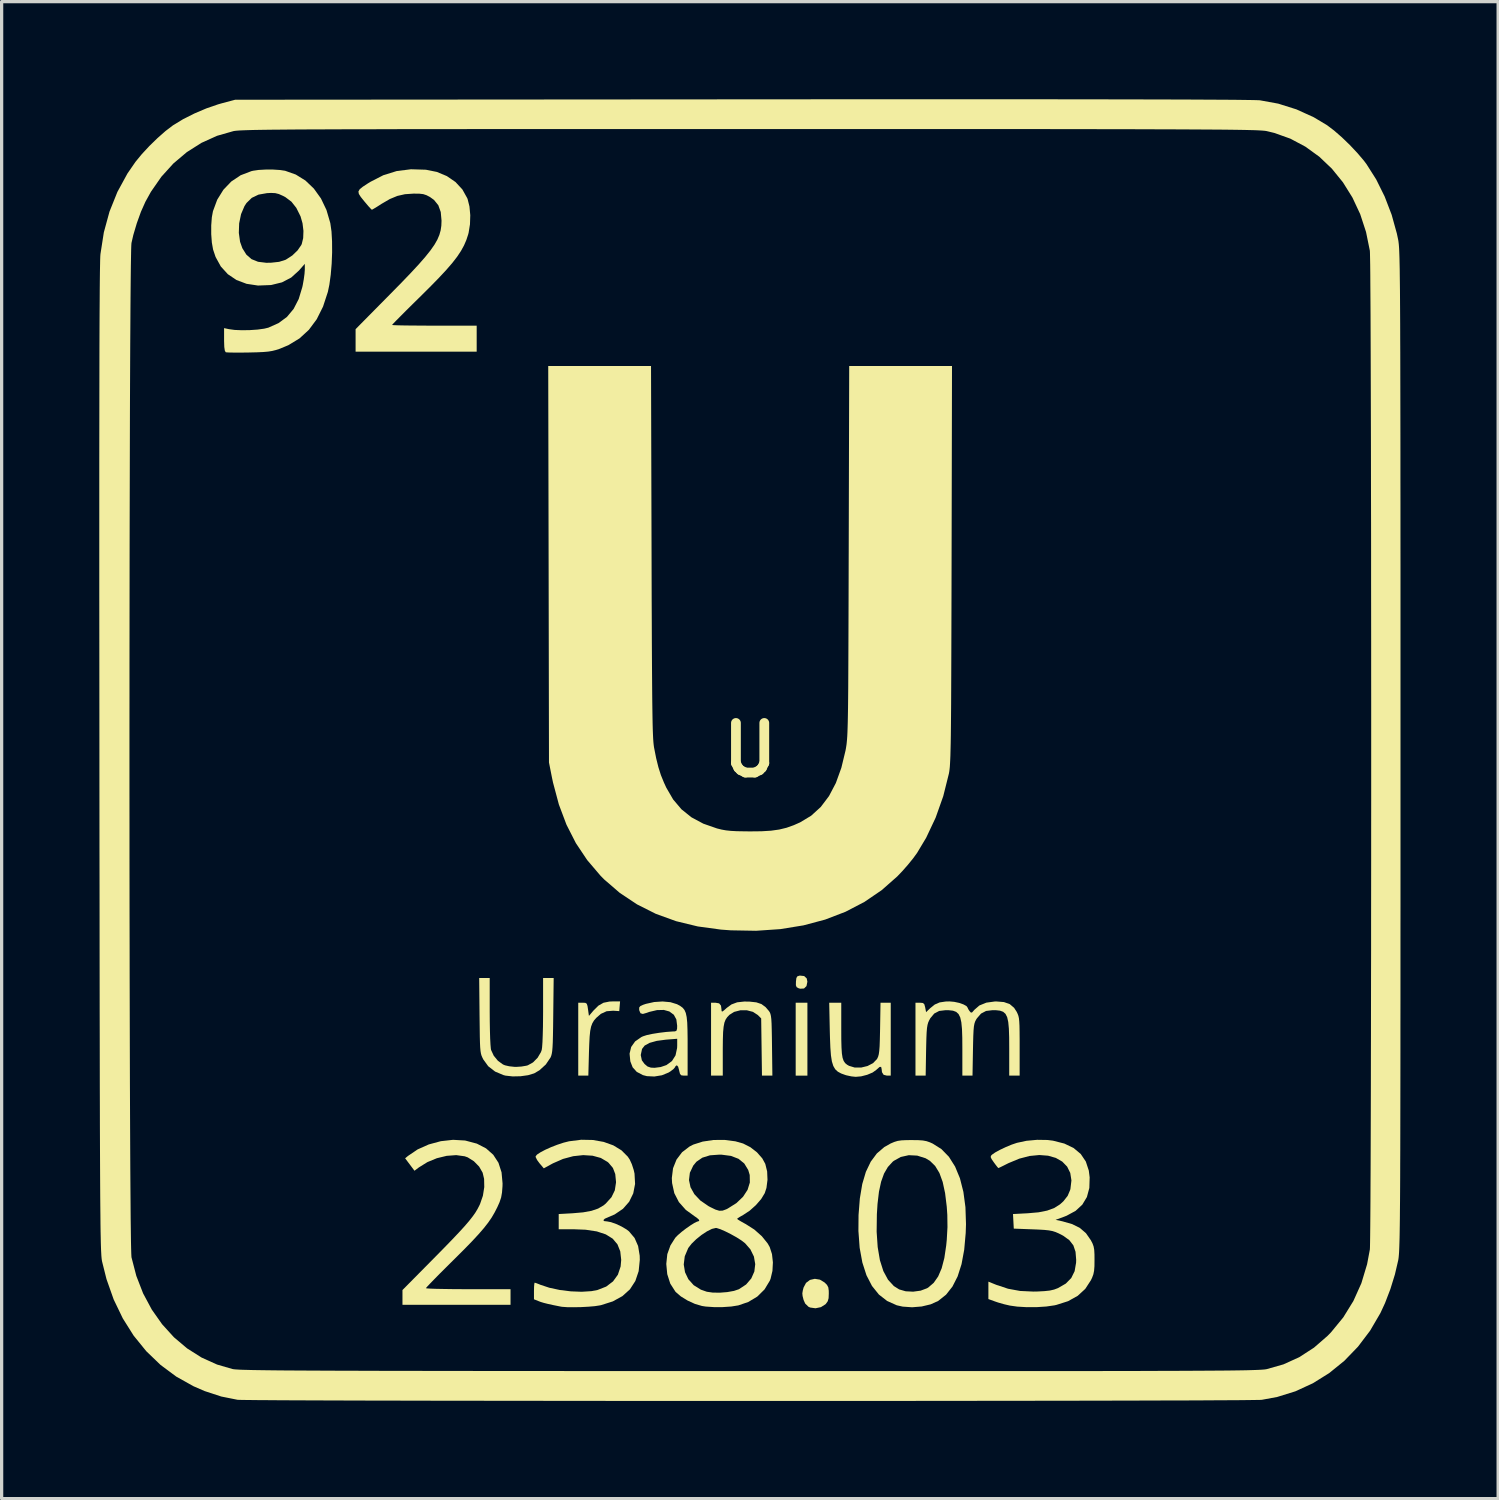
<source format=kicad_pcb>
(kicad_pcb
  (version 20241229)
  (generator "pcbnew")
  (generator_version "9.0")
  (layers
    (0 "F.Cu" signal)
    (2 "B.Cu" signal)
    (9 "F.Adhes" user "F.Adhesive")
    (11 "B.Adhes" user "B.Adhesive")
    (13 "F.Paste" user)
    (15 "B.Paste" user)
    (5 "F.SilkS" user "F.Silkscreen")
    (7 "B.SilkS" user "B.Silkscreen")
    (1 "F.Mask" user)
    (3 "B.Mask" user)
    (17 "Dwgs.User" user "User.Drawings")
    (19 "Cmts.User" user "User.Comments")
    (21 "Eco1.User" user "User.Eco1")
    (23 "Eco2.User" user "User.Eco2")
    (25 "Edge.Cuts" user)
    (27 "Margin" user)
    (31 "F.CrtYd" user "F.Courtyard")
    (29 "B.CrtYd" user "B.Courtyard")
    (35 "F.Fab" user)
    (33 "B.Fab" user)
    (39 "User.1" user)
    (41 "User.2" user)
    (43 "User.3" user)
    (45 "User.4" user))
  (footprint "U"
    (layer "F.Cu")
    (at 19.994 19.994)
    (property "Reference" "U" (at 0 0 0) (layer "F.SilkS") (effects (font (size 1.524 1.524) (thickness 0.3))))
    (attr through_hole)
    (fp_poly (pts (xy 1.76 10) (xy 1.4 10) (xy 1.4 7.76) (xy 1.76 7.76)) (stroke (width 0) (type solid)) (fill yes) (layer "F.SilkS"))
    (fp_poly (pts (xy 1.661 6.941) (xy 1.739 7.014) (xy 1.759 7.115) (xy 1.732 7.249) (xy 1.656 7.323) (xy 1.539 7.33) (xy 1.488 7.315) (xy 1.429 7.282) (xy 1.406 7.223) (xy 1.408 7.112) (xy 1.408 7.11) (xy 1.421 7.002) (xy 1.452 6.949) (xy 1.516 6.929) (xy 1.532 6.927)) (stroke (width 0) (type solid)) (fill yes) (layer "F.SilkS"))
    (fp_poly (pts (xy 2.145 16.268) (xy 2.288 16.355) (xy 2.363 16.431) (xy 2.402 16.506) (xy 2.416 16.61) (xy 2.417 16.696) (xy 2.411 16.838) (xy 2.384 16.932) (xy 2.329 17.009) (xy 2.315 17.024) (xy 2.176 17.112) (xy 2.009 17.147) (xy 1.845 17.124) (xy 1.792 17.1) (xy 1.691 17.001) (xy 1.642 16.89) (xy 1.612 16.771) (xy 1.604 16.688) (xy 1.619 16.598) (xy 1.642 16.51) (xy 1.718 16.367) (xy 1.839 16.276) (xy 1.988 16.242)) (stroke (width 0) (type solid)) (fill yes) (layer "F.SilkS"))
    (fp_poly (pts (xy -4.008 7.869) (xy -4.02 8.018) (xy -4.207 8.006) (xy -4.409 8.022) (xy -4.585 8.102) (xy -4.727 8.226) (xy -4.796 8.306) (xy -4.847 8.391) (xy -4.885 8.493) (xy -4.912 8.625) (xy -4.93 8.801) (xy -4.942 9.033) (xy -4.951 9.29) (xy -4.97 10) (xy -5.28 10) (xy -5.28 7.76) (xy -5.144 7.76) (xy -5.063 7.764) (xy -5.019 7.791) (xy -4.996 7.859) (xy -4.98 7.962) (xy -4.952 8.165) (xy -4.812 8.001) (xy -4.659 7.849) (xy -4.504 7.761) (xy -4.32 7.724) (xy -4.22 7.72) (xy -3.995 7.72)) (stroke (width 0) (type solid)) (fill yes) (layer "F.SilkS"))
    (fp_poly (pts (xy -0.019 7.726) (xy 0.191 7.749) (xy 0.347 7.801) (xy 0.473 7.893) (xy 0.578 8.015) (xy 0.604 8.055) (xy 0.624 8.103) (xy 0.639 8.168) (xy 0.651 8.263) (xy 0.659 8.398) (xy 0.664 8.582) (xy 0.669 8.828) (xy 0.672 9.063) (xy 0.684 10) (xy 0.364 10) (xy 0.34 8.242) (xy 0.236 8.138) (xy 0.087 8.041) (xy -0.101 7.992) (xy -0.302 7.993) (xy -0.491 8.042) (xy -0.635 8.132) (xy -0.702 8.202) (xy -0.753 8.278) (xy -0.79 8.373) (xy -0.814 8.498) (xy -0.83 8.665) (xy -0.837 8.887) (xy -0.84 9.174) (xy -0.84 9.239) (xy -0.84 10) (xy -1.2 10) (xy -1.2 7.76) (xy -1.064 7.76) (xy -0.952 7.78) (xy -0.895 7.849) (xy -0.88 7.963) (xy -0.876 8.02) (xy -0.854 8.032) (xy -0.801 7.994) (xy -0.723 7.923) (xy -0.573 7.813) (xy -0.399 7.748) (xy -0.181 7.724)) (stroke (width 0) (type solid)) (fill yes) (layer "F.SilkS"))
    (fp_poly (pts (xy 2.8 8.582) (xy 2.801 8.893) (xy 2.807 9.134) (xy 2.819 9.317) (xy 2.84 9.451) (xy 2.873 9.546) (xy 2.918 9.614) (xy 2.979 9.665) (xy 3.039 9.699) (xy 3.215 9.752) (xy 3.411 9.752) (xy 3.606 9.705) (xy 3.775 9.617) (xy 3.895 9.494) (xy 3.907 9.473) (xy 3.933 9.416) (xy 3.953 9.342) (xy 3.967 9.241) (xy 3.978 9.1) (xy 3.985 8.906) (xy 3.991 8.649) (xy 3.993 8.55) (xy 4.006 7.76) (xy 4.32 7.76) (xy 4.32 10) (xy 4.204 10) (xy 4.102 9.975) (xy 4.051 9.895) (xy 4.04 9.797) (xy 4.025 9.731) (xy 3.977 9.734) (xy 3.894 9.806) (xy 3.879 9.821) (xy 3.764 9.904) (xy 3.598 9.974) (xy 3.412 10.022) (xy 3.243 10.037) (xy 3.111 10.023) (xy 2.961 9.991) (xy 2.927 9.981) (xy 2.797 9.934) (xy 2.694 9.878) (xy 2.614 9.804) (xy 2.555 9.702) (xy 2.512 9.563) (xy 2.483 9.377) (xy 2.465 9.135) (xy 2.453 8.827) (xy 2.448 8.63) (xy 2.43 7.76) (xy 2.8 7.76)) (stroke (width 0) (type solid)) (fill yes) (layer "F.SilkS"))
    (fp_poly (pts (xy -8 8.03) (xy -7.998 8.34) (xy -7.993 8.621) (xy -7.986 8.86) (xy -7.976 9.048) (xy -7.965 9.173) (xy -7.958 9.211) (xy -7.876 9.388) (xy -7.747 9.545) (xy -7.592 9.657) (xy -7.53 9.683) (xy -7.399 9.713) (xy -7.241 9.73) (xy -7.18 9.731) (xy -7.026 9.721) (xy -6.877 9.696) (xy -6.83 9.683) (xy -6.671 9.595) (xy -6.529 9.452) (xy -6.427 9.28) (xy -6.402 9.211) (xy -6.39 9.126) (xy -6.379 8.971) (xy -6.371 8.759) (xy -6.364 8.5) (xy -6.361 8.205) (xy -6.36 8.03) (xy -6.36 7) (xy -6.035 7) (xy -6.048 8.15) (xy -6.052 8.491) (xy -6.057 8.761) (xy -6.062 8.97) (xy -6.07 9.128) (xy -6.08 9.245) (xy -6.094 9.331) (xy -6.111 9.394) (xy -6.132 9.444) (xy -6.132 9.444) (xy -6.276 9.657) (xy -6.47 9.834) (xy -6.633 9.93) (xy -6.822 9.987) (xy -7.053 10.019) (xy -7.295 10.024) (xy -7.513 10) (xy -7.573 9.985) (xy -7.833 9.876) (xy -8.045 9.712) (xy -8.197 9.502) (xy -8.198 9.501) (xy -8.227 9.442) (xy -8.251 9.386) (xy -8.269 9.323) (xy -8.282 9.244) (xy -8.292 9.137) (xy -8.299 8.993) (xy -8.304 8.802) (xy -8.307 8.554) (xy -8.311 8.238) (xy -8.312 8.151) (xy -8.323 7) (xy -8 7)) (stroke (width 0) (type solid)) (fill yes) (layer "F.SilkS"))
    (fp_poly (pts (xy -8.763 11.993) (xy -8.736 11.998) (xy -8.395 12.089) (xy -8.112 12.235) (xy -7.891 12.431) (xy -7.731 12.677) (xy -7.636 12.971) (xy -7.605 13.311) (xy -7.607 13.397) (xy -7.622 13.592) (xy -7.649 13.744) (xy -7.698 13.89) (xy -7.766 14.042) (xy -7.849 14.204) (xy -7.94 14.36) (xy -8.048 14.517) (xy -8.179 14.684) (xy -8.34 14.87) (xy -8.538 15.084) (xy -8.78 15.333) (xy -9.073 15.625) (xy -9.129 15.68) (xy -9.34 15.89) (xy -9.532 16.081) (xy -9.696 16.248) (xy -9.827 16.383) (xy -9.917 16.478) (xy -9.958 16.526) (xy -9.96 16.53) (xy -9.922 16.537) (xy -9.813 16.544) (xy -9.642 16.55) (xy -9.42 16.554) (xy -9.156 16.558) (xy -8.858 16.56) (xy -8.66 16.56) (xy -7.36 16.56) (xy -7.36 17.04) (xy -10.68 17.04) (xy -10.68 16.587) (xy -9.708 15.604) (xy -9.402 15.293) (xy -9.148 15.031) (xy -8.939 14.81) (xy -8.77 14.625) (xy -8.635 14.468) (xy -8.528 14.332) (xy -8.442 14.211) (xy -8.373 14.096) (xy -8.315 13.983) (xy -8.296 13.942) (xy -8.209 13.69) (xy -8.167 13.424) (xy -8.172 13.172) (xy -8.217 12.982) (xy -8.325 12.794) (xy -8.486 12.63) (xy -8.675 12.511) (xy -8.768 12.478) (xy -9.029 12.442) (xy -9.321 12.464) (xy -9.623 12.537) (xy -9.914 12.657) (xy -10.173 12.818) (xy -10.175 12.819) (xy -10.311 12.922) (xy -10.454 12.731) (xy -10.598 12.54) (xy -10.51 12.467) (xy -10.215 12.267) (xy -9.872 12.114) (xy -9.502 12.014) (xy -9.126 11.972)) (stroke (width 0) (type solid)) (fill yes) (layer "F.SilkS"))
    (fp_poly (pts (xy -2.447 7.744) (xy -2.249 7.805) (xy -2.238 7.81) (xy -2.145 7.861) (xy -2.071 7.916) (xy -2.016 7.984) (xy -1.976 8.076) (xy -1.949 8.201) (xy -1.932 8.37) (xy -1.924 8.593) (xy -1.92 8.88) (xy -1.92 9.09) (xy -1.92 10) (xy -2.036 10) (xy -2.113 9.991) (xy -2.153 9.95) (xy -2.178 9.853) (xy -2.18 9.84) (xy -2.211 9.727) (xy -2.25 9.682) (xy -2.291 9.709) (xy -2.306 9.741) (xy -2.352 9.796) (xy -2.444 9.867) (xy -2.505 9.905) (xy -2.71 9.989) (xy -2.943 10.027) (xy -3.171 10.016) (xy -3.294 9.984) (xy -3.483 9.884) (xy -3.609 9.744) (xy -3.68 9.561) (xy -3.699 9.368) (xy -3.36 9.368) (xy -3.326 9.529) (xy -3.243 9.643) (xy -3.15 9.72) (xy -3.05 9.754) (xy -2.936 9.76) (xy -2.747 9.736) (xy -2.571 9.676) (xy -2.401 9.552) (xy -2.291 9.377) (xy -2.243 9.151) (xy -2.24 9.076) (xy -2.24 8.868) (xy -2.586 8.895) (xy -2.867 8.932) (xy -3.087 8.993) (xy -3.24 9.077) (xy -3.32 9.18) (xy -3.36 9.368) (xy -3.699 9.368) (xy -3.703 9.324) (xy -3.654 9.12) (xy -3.533 8.949) (xy -3.34 8.815) (xy -3.29 8.792) (xy -3.173 8.754) (xy -2.999 8.717) (xy -2.792 8.684) (xy -2.576 8.658) (xy -2.375 8.643) (xy -2.31 8.641) (xy -2.264 8.623) (xy -2.244 8.56) (xy -2.241 8.47) (xy -2.266 8.274) (xy -2.344 8.13) (xy -2.481 8.029) (xy -2.65 7.982) (xy -2.861 7.987) (xy -3.096 8.042) (xy -3.173 8.07) (xy -3.295 8.105) (xy -3.367 8.084) (xy -3.403 8.002) (xy -3.409 7.962) (xy -3.406 7.904) (xy -3.37 7.862) (xy -3.284 7.823) (xy -3.2 7.795) (xy -2.948 7.739) (xy -2.689 7.722)) (stroke (width 0) (type solid)) (fill yes) (layer "F.SilkS"))
    (fp_poly (pts (xy -9.96 -17.83) (xy -9.622 -17.762) (xy -9.316 -17.634) (xy -9.052 -17.453) (xy -8.84 -17.225) (xy -8.691 -16.958) (xy -8.679 -16.929) (xy -8.622 -16.702) (xy -8.597 -16.433) (xy -8.606 -16.153) (xy -8.648 -15.893) (xy -8.662 -15.84) (xy -8.719 -15.667) (xy -8.791 -15.501) (xy -8.883 -15.334) (xy -9 -15.158) (xy -9.148 -14.967) (xy -9.333 -14.753) (xy -9.561 -14.508) (xy -9.838 -14.225) (xy -10.168 -13.897) (xy -10.177 -13.889) (xy -10.387 -13.682) (xy -10.578 -13.493) (xy -10.741 -13.329) (xy -10.871 -13.198) (xy -10.959 -13.107) (xy -10.998 -13.063) (xy -11 -13.061) (xy -10.962 -13.056) (xy -10.853 -13.051) (xy -10.682 -13.047) (xy -10.46 -13.044) (xy -10.196 -13.042) (xy -9.898 -13.04) (xy -9.7 -13.04) (xy -8.4 -13.04) (xy -8.4 -12.24) (xy -12.12 -12.24) (xy -12.12 -12.932) (xy -11.069 -13.996) (xy -10.72 -14.351) (xy -10.426 -14.657) (xy -10.181 -14.921) (xy -9.982 -15.149) (xy -9.823 -15.347) (xy -9.7 -15.522) (xy -9.61 -15.679) (xy -9.547 -15.826) (xy -9.507 -15.967) (xy -9.486 -16.11) (xy -9.48 -16.261) (xy -9.48 -16.268) (xy -9.504 -16.531) (xy -9.579 -16.739) (xy -9.71 -16.901) (xy -9.834 -16.991) (xy -9.941 -17.047) (xy -10.041 -17.08) (xy -10.161 -17.094) (xy -10.331 -17.096) (xy -10.34 -17.096) (xy -10.603 -17.078) (xy -10.837 -17.025) (xy -11.069 -16.929) (xy -11.325 -16.78) (xy -11.331 -16.775) (xy -11.459 -16.694) (xy -11.56 -16.633) (xy -11.615 -16.602) (xy -11.62 -16.6) (xy -11.652 -16.629) (xy -11.722 -16.705) (xy -11.816 -16.816) (xy -11.859 -16.867) (xy -11.961 -16.994) (xy -12.02 -17.087) (xy -12.033 -17.161) (xy -11.994 -17.23) (xy -11.898 -17.308) (xy -11.742 -17.41) (xy -11.662 -17.459) (xy -11.268 -17.661) (xy -10.857 -17.789) (xy -10.419 -17.844)) (stroke (width 0) (type solid)) (fill yes) (layer "F.SilkS"))
    (fp_poly (pts (xy 5.16 11.982) (xy 5.305 11.992) (xy 5.418 12.013) (xy 5.523 12.049) (xy 5.607 12.087) (xy 5.876 12.256) (xy 6.107 12.493) (xy 6.297 12.794) (xy 6.446 13.154) (xy 6.552 13.572) (xy 6.615 14.042) (xy 6.632 14.562) (xy 6.623 14.836) (xy 6.577 15.349) (xy 6.495 15.792) (xy 6.375 16.168) (xy 6.216 16.48) (xy 6.019 16.73) (xy 5.78 16.92) (xy 5.777 16.922) (xy 5.547 17.026) (xy 5.271 17.092) (xy 4.976 17.116) (xy 4.687 17.096) (xy 4.505 17.055) (xy 4.21 16.923) (xy 3.956 16.725) (xy 3.744 16.461) (xy 3.574 16.132) (xy 3.448 15.741) (xy 3.365 15.289) (xy 3.329 14.797) (xy 3.887 14.797) (xy 3.919 15.267) (xy 3.987 15.67) (xy 4.093 16.004) (xy 4.236 16.269) (xy 4.415 16.464) (xy 4.578 16.567) (xy 4.778 16.625) (xy 5.008 16.637) (xy 5.238 16.606) (xy 5.435 16.532) (xy 5.473 16.509) (xy 5.641 16.364) (xy 5.777 16.169) (xy 5.885 15.917) (xy 5.967 15.602) (xy 6.024 15.218) (xy 6.041 15.048) (xy 6.063 14.653) (xy 6.058 14.278) (xy 6.041 14.027) (xy 5.99 13.611) (xy 5.916 13.267) (xy 5.815 12.99) (xy 5.685 12.776) (xy 5.525 12.619) (xy 5.39 12.538) (xy 5.133 12.457) (xy 4.874 12.444) (xy 4.628 12.499) (xy 4.412 12.619) (xy 4.376 12.649) (xy 4.231 12.808) (xy 4.114 13.009) (xy 4.024 13.26) (xy 3.958 13.568) (xy 3.914 13.94) (xy 3.894 14.26) (xy 3.887 14.797) (xy 3.329 14.797) (xy 3.327 14.778) (xy 3.331 14.284) (xy 3.371 13.773) (xy 3.445 13.331) (xy 3.556 12.956) (xy 3.706 12.643) (xy 3.894 12.39) (xy 4.123 12.194) (xy 4.314 12.086) (xy 4.429 12.037) (xy 4.534 12.005) (xy 4.653 11.988) (xy 4.812 11.981) (xy 4.96 11.98)) (stroke (width 0) (type solid)) (fill yes) (layer "F.SilkS"))
    (fp_poly (pts (xy 6.27 7.733) (xy 6.42 7.765) (xy 6.552 7.811) (xy 6.647 7.863) (xy 6.681 7.911) (xy 6.704 7.962) (xy 6.74 8.016) (xy 6.782 8.063) (xy 6.818 8.059) (xy 6.873 7.997) (xy 6.886 7.981) (xy 7.043 7.845) (xy 7.257 7.758) (xy 7.519 7.722) (xy 7.561 7.721) (xy 7.797 7.74) (xy 7.976 7.803) (xy 8.11 7.917) (xy 8.19 8.041) (xy 8.219 8.103) (xy 8.242 8.164) (xy 8.258 8.238) (xy 8.268 8.337) (xy 8.275 8.471) (xy 8.278 8.654) (xy 8.28 8.896) (xy 8.28 9.108) (xy 8.28 10) (xy 7.96 10) (xy 7.96 9.158) (xy 7.958 8.821) (xy 7.949 8.555) (xy 7.93 8.353) (xy 7.897 8.205) (xy 7.846 8.103) (xy 7.774 8.039) (xy 7.676 8.004) (xy 7.55 7.99) (xy 7.449 7.989) (xy 7.249 8.013) (xy 7.094 8.094) (xy 6.966 8.242) (xy 6.94 8.284) (xy 6.912 8.339) (xy 6.891 8.404) (xy 6.875 8.49) (xy 6.864 8.612) (xy 6.856 8.78) (xy 6.85 9.006) (xy 6.846 9.21) (xy 6.832 10) (xy 6.52 10) (xy 6.52 9.179) (xy 6.518 8.838) (xy 6.509 8.569) (xy 6.489 8.363) (xy 6.455 8.212) (xy 6.403 8.108) (xy 6.331 8.042) (xy 6.233 8.005) (xy 6.107 7.991) (xy 6.009 7.989) (xy 5.808 8.013) (xy 5.656 8.093) (xy 5.535 8.238) (xy 5.5 8.303) (xy 5.471 8.367) (xy 5.45 8.441) (xy 5.434 8.538) (xy 5.423 8.67) (xy 5.415 8.85) (xy 5.409 9.091) (xy 5.406 9.23) (xy 5.393 10) (xy 5.08 10) (xy 5.08 7.76) (xy 5.216 7.76) (xy 5.307 7.768) (xy 5.352 7.808) (xy 5.378 7.903) (xy 5.378 7.905) (xy 5.406 8.05) (xy 5.533 7.928) (xy 5.672 7.816) (xy 5.821 7.751) (xy 6.008 7.723) (xy 6.124 7.72)) (stroke (width 0) (type solid)) (fill yes) (layer "F.SilkS"))
    (fp_poly (pts (xy -4.831 11.977) (xy -4.499 12.036) (xy -4.203 12.142) (xy -3.953 12.294) (xy -3.759 12.488) (xy -3.699 12.578) (xy -3.633 12.722) (xy -3.576 12.898) (xy -3.551 13.009) (xy -3.534 13.327) (xy -3.59 13.617) (xy -3.716 13.875) (xy -3.907 14.092) (xy -4.161 14.264) (xy -4.348 14.344) (xy -4.464 14.395) (xy -4.509 14.439) (xy -4.482 14.469) (xy -4.392 14.479) (xy -4.272 14.502) (xy -4.115 14.558) (xy -3.948 14.636) (xy -3.799 14.724) (xy -3.72 14.785) (xy -3.549 14.988) (xy -3.441 15.235) (xy -3.392 15.532) (xy -3.389 15.66) (xy -3.424 16.007) (xy -3.526 16.309) (xy -3.692 16.565) (xy -3.924 16.774) (xy -4.219 16.936) (xy -4.577 17.05) (xy -4.621 17.059) (xy -4.771 17.082) (xy -4.971 17.099) (xy -5.195 17.111) (xy -5.419 17.115) (xy -5.622 17.113) (xy -5.777 17.102) (xy -5.82 17.095) (xy -6.049 17.049) (xy -6.217 17.012) (xy -6.34 16.981) (xy -6.435 16.952) (xy -6.49 16.931) (xy -6.64 16.871) (xy -6.64 16.616) (xy -6.637 16.484) (xy -6.629 16.392) (xy -6.619 16.36) (xy -6.572 16.374) (xy -6.48 16.409) (xy -6.449 16.423) (xy -6.169 16.516) (xy -5.848 16.585) (xy -5.509 16.627) (xy -5.177 16.64) (xy -4.875 16.621) (xy -4.69 16.586) (xy -4.422 16.481) (xy -4.212 16.322) (xy -4.062 16.115) (xy -3.978 15.863) (xy -3.96 15.661) (xy -3.989 15.399) (xy -4.076 15.182) (xy -4.223 15.008) (xy -4.434 14.877) (xy -4.709 14.786) (xy -5.052 14.734) (xy -5.408 14.72) (xy -5.88 14.72) (xy -5.88 14.252) (xy -5.45 14.228) (xy -5.129 14.2) (xy -4.873 14.153) (xy -4.67 14.084) (xy -4.505 13.988) (xy -4.435 13.93) (xy -4.259 13.735) (xy -4.157 13.525) (xy -4.12 13.286) (xy -4.12 13.26) (xy -4.143 13.023) (xy -4.215 12.836) (xy -4.347 12.679) (xy -4.38 12.651) (xy -4.587 12.529) (xy -4.84 12.46) (xy -5.128 12.442) (xy -5.435 12.475) (xy -5.748 12.559) (xy -6.054 12.693) (xy -6.079 12.706) (xy -6.338 12.848) (xy -6.469 12.694) (xy -6.543 12.594) (xy -6.585 12.51) (xy -6.59 12.48) (xy -6.547 12.426) (xy -6.443 12.357) (xy -6.294 12.278) (xy -6.116 12.198) (xy -5.923 12.123) (xy -5.733 12.06) (xy -5.562 12.017) (xy -5.188 11.97)) (stroke (width 0) (type solid)) (fill yes) (layer "F.SilkS"))
    (fp_poly (pts (xy 9.136 11.977) (xy 9.304 11.998) (xy 9.653 12.087) (xy 9.937 12.223) (xy 10.157 12.407) (xy 10.313 12.639) (xy 10.405 12.918) (xy 10.431 13.125) (xy 10.421 13.451) (xy 10.346 13.73) (xy 10.205 13.964) (xy 9.998 14.155) (xy 9.721 14.305) (xy 9.631 14.34) (xy 9.384 14.43) (xy 9.592 14.475) (xy 9.893 14.561) (xy 10.131 14.68) (xy 10.317 14.84) (xy 10.463 15.05) (xy 10.464 15.05) (xy 10.518 15.154) (xy 10.552 15.247) (xy 10.571 15.351) (xy 10.579 15.491) (xy 10.58 15.66) (xy 10.578 15.854) (xy 10.567 15.993) (xy 10.545 16.103) (xy 10.506 16.208) (xy 10.469 16.286) (xy 10.296 16.551) (xy 10.063 16.765) (xy 9.768 16.929) (xy 9.41 17.043) (xy 9.349 17.057) (xy 9.099 17.093) (xy 8.805 17.112) (xy 8.496 17.113) (xy 8.206 17.096) (xy 7.98 17.064) (xy 7.803 17.023) (xy 7.618 16.97) (xy 7.53 16.94) (xy 7.32 16.864) (xy 7.32 16.329) (xy 7.563 16.427) (xy 7.924 16.547) (xy 8.294 16.615) (xy 8.699 16.634) (xy 8.82 16.632) (xy 9.043 16.62) (xy 9.209 16.602) (xy 9.339 16.572) (xy 9.456 16.528) (xy 9.46 16.526) (xy 9.697 16.389) (xy 9.865 16.219) (xy 9.969 16.008) (xy 10.014 15.747) (xy 10.017 15.66) (xy 9.997 15.412) (xy 9.93 15.214) (xy 9.806 15.054) (xy 9.616 14.917) (xy 9.48 14.847) (xy 9.383 14.805) (xy 9.288 14.775) (xy 9.177 14.754) (xy 9.033 14.739) (xy 8.837 14.728) (xy 8.68 14.722) (xy 8.1 14.7) (xy 8.088 14.476) (xy 8.076 14.252) (xy 8.532 14.228) (xy 8.862 14.199) (xy 9.127 14.146) (xy 9.342 14.067) (xy 9.519 13.955) (xy 9.625 13.859) (xy 9.756 13.692) (xy 9.832 13.511) (xy 9.84 13.482) (xy 9.871 13.219) (xy 9.835 12.989) (xy 9.739 12.795) (xy 9.589 12.641) (xy 9.392 12.528) (xy 9.155 12.46) (xy 8.885 12.439) (xy 8.588 12.468) (xy 8.271 12.55) (xy 7.941 12.687) (xy 7.912 12.701) (xy 7.781 12.767) (xy 7.681 12.816) (xy 7.629 12.839) (xy 7.627 12.84) (xy 7.598 12.81) (xy 7.539 12.734) (xy 7.488 12.665) (xy 7.417 12.562) (xy 7.39 12.501) (xy 7.401 12.46) (xy 7.431 12.428) (xy 7.527 12.361) (xy 7.675 12.28) (xy 7.852 12.196) (xy 8.034 12.12) (xy 8.196 12.065) (xy 8.491 12.002) (xy 8.817 11.972)) (stroke (width 0) (type solid)) (fill yes) (layer "F.SilkS"))
    (fp_poly (pts (xy -14.654 -17.835) (xy -14.439 -17.821) (xy -14.285 -17.798) (xy -13.958 -17.682) (xy -13.661 -17.498) (xy -13.402 -17.25) (xy -13.184 -16.947) (xy -13.015 -16.594) (xy -12.899 -16.198) (xy -12.895 -16.18) (xy -12.86 -15.932) (xy -12.843 -15.628) (xy -12.841 -15.29) (xy -12.855 -14.941) (xy -12.884 -14.602) (xy -12.926 -14.296) (xy -12.972 -14.077) (xy -13.12 -13.625) (xy -13.314 -13.237) (xy -13.555 -12.912) (xy -13.844 -12.647) (xy -14.185 -12.44) (xy -14.449 -12.33) (xy -14.569 -12.291) (xy -14.681 -12.263) (xy -14.804 -12.243) (xy -14.954 -12.23) (xy -15.149 -12.221) (xy -15.4 -12.215) (xy -15.624 -12.212) (xy -15.822 -12.212) (xy -15.979 -12.214) (xy -16.08 -12.219) (xy -16.11 -12.224) (xy -16.137 -12.271) (xy -16.154 -12.385) (xy -16.16 -12.572) (xy -16.16 -12.605) (xy -16.16 -12.964) (xy -16.01 -12.932) (xy -15.833 -12.908) (xy -15.61 -12.899) (xy -15.368 -12.903) (xy -15.132 -12.919) (xy -14.928 -12.947) (xy -14.8 -12.978) (xy -14.487 -13.118) (xy -14.229 -13.308) (xy -14.024 -13.554) (xy -13.867 -13.859) (xy -13.756 -14.227) (xy -13.743 -14.288) (xy -13.712 -14.463) (xy -13.689 -14.633) (xy -13.68 -14.762) (xy -13.68 -14.768) (xy -13.68 -14.939) (xy -13.861 -14.732) (xy -14.099 -14.517) (xy -14.381 -14.37) (xy -14.706 -14.29) (xy -14.731 -14.287) (xy -15.118 -14.272) (xy -15.469 -14.325) (xy -15.779 -14.442) (xy -16.044 -14.62) (xy -16.26 -14.857) (xy -16.421 -15.149) (xy -16.498 -15.378) (xy -16.536 -15.593) (xy -16.555 -15.85) (xy -16.555 -15.891) (xy -15.707 -15.891) (xy -15.669 -15.616) (xy -15.599 -15.419) (xy -15.475 -15.221) (xy -15.317 -15.083) (xy -15.117 -15.002) (xy -14.864 -14.971) (xy -14.72 -14.973) (xy -14.471 -15) (xy -14.281 -15.059) (xy -14.255 -15.072) (xy -14.064 -15.196) (xy -13.901 -15.353) (xy -13.788 -15.518) (xy -13.774 -15.548) (xy -13.73 -15.729) (xy -13.722 -15.951) (xy -13.75 -16.184) (xy -13.811 -16.397) (xy -13.814 -16.403) (xy -13.941 -16.658) (xy -14.091 -16.848) (xy -14.276 -16.987) (xy -14.345 -17.024) (xy -14.477 -17.083) (xy -14.589 -17.111) (xy -14.717 -17.117) (xy -14.841 -17.111) (xy -15.102 -17.065) (xy -15.309 -16.966) (xy -15.471 -16.808) (xy -15.534 -16.711) (xy -15.639 -16.464) (xy -15.697 -16.182) (xy -15.707 -15.891) (xy -16.555 -15.891) (xy -16.555 -16.119) (xy -16.536 -16.37) (xy -16.502 -16.555) (xy -16.371 -16.909) (xy -16.181 -17.215) (xy -15.94 -17.467) (xy -15.652 -17.66) (xy -15.322 -17.786) (xy -15.272 -17.798) (xy -15.102 -17.823) (xy -14.885 -17.835)) (stroke (width 0) (type solid)) (fill yes) (layer "F.SilkS"))
    (fp_poly (pts (xy 6.202 -11.8) (xy 6.189 -5.71) (xy 6.187 -4.888) (xy 6.185 -4.142) (xy 6.183 -3.468) (xy 6.181 -2.862) (xy 6.179 -2.32) (xy 6.177 -1.839) (xy 6.175 -1.415) (xy 6.172 -1.043) (xy 6.169 -0.719) (xy 6.166 -0.44) (xy 6.162 -0.202) (xy 6.157 -0.001) (xy 6.153 0.167) (xy 6.147 0.306) (xy 6.141 0.42) (xy 6.135 0.513) (xy 6.127 0.589) (xy 6.119 0.651) (xy 6.11 0.704) (xy 6.107 0.72) (xy 5.933 1.416) (xy 5.699 2.076) (xy 5.409 2.691) (xy 5.13 3.157) (xy 5.008 3.325) (xy 4.848 3.522) (xy 4.673 3.721) (xy 4.521 3.88) (xy 4.042 4.302) (xy 3.511 4.664) (xy 2.931 4.966) (xy 2.306 5.206) (xy 1.638 5.384) (xy 0.93 5.499) (xy 0.184 5.55) (xy -0.595 5.536) (xy -0.895 5.514) (xy -1.607 5.417) (xy -2.275 5.255) (xy -2.898 5.029) (xy -3.474 4.739) (xy -4.003 4.387) (xy -4.482 3.974) (xy -4.597 3.857) (xy -5.005 3.378) (xy -5.353 2.857) (xy -5.642 2.29) (xy -5.875 1.671) (xy -6.055 0.996) (xy -6.088 0.84) (xy -6.179 0.38) (xy -6.19 -5.71) (xy -6.202 -11.8) (xy -3.044 -11.8) (xy -3.028 -6.11) (xy -3.026 -5.307) (xy -3.024 -4.58) (xy -3.021 -3.926) (xy -3.019 -3.339) (xy -3.016 -2.816) (xy -3.013 -2.354) (xy -3.01 -1.948) (xy -3.007 -1.594) (xy -3.003 -1.288) (xy -2.999 -1.027) (xy -2.995 -0.806) (xy -2.99 -0.621) (xy -2.984 -0.469) (xy -2.978 -0.345) (xy -2.971 -0.245) (xy -2.963 -0.166) (xy -2.955 -0.104) (xy -2.951 -0.08) (xy -2.886 0.25) (xy -2.818 0.524) (xy -2.741 0.767) (xy -2.645 1.002) (xy -2.575 1.154) (xy -2.364 1.517) (xy -2.108 1.819) (xy -1.801 2.065) (xy -1.437 2.26) (xy -1.012 2.408) (xy -1.01 2.408) (xy -0.877 2.441) (xy -0.744 2.465) (xy -0.594 2.481) (xy -0.41 2.491) (xy -0.173 2.495) (xy 0 2.497) (xy 0.353 2.493) (xy 0.644 2.475) (xy 0.894 2.44) (xy 1.12 2.385) (xy 1.341 2.306) (xy 1.535 2.22) (xy 1.874 2.016) (xy 2.17 1.747) (xy 2.423 1.412) (xy 2.634 1.011) (xy 2.803 0.543) (xy 2.929 0.022) (xy 2.941 -0.04) (xy 2.951 -0.102) (xy 2.961 -0.167) (xy 2.969 -0.24) (xy 2.977 -0.325) (xy 2.984 -0.425) (xy 2.99 -0.546) (xy 2.995 -0.691) (xy 3 -0.864) (xy 3.004 -1.071) (xy 3.008 -1.314) (xy 3.011 -1.598) (xy 3.014 -1.927) (xy 3.016 -2.306) (xy 3.018 -2.739) (xy 3.02 -3.229) (xy 3.022 -3.781) (xy 3.024 -4.399) (xy 3.026 -5.088) (xy 3.028 -5.851) (xy 3.029 -6.11) (xy 3.044 -11.8) (xy 4.623 -11.8)) (stroke (width 0) (type solid)) (fill yes) (layer "F.SilkS"))
    (fp_poly (pts (xy -0.452 12.018) (xy -0.216 12.085) (xy 0.008 12.199) (xy 0.211 12.357) (xy 0.373 12.541) (xy 0.466 12.711) (xy 0.523 12.943) (xy 0.534 13.2) (xy 0.502 13.45) (xy 0.449 13.611) (xy 0.34 13.791) (xy 0.178 13.978) (xy -0.013 14.149) (xy -0.211 14.279) (xy -0.213 14.281) (xy -0.318 14.34) (xy -0.385 14.385) (xy -0.4 14.4) (xy -0.367 14.427) (xy -0.28 14.48) (xy -0.158 14.548) (xy -0.135 14.56) (xy 0.13 14.729) (xy 0.36 14.933) (xy 0.538 15.154) (xy 0.602 15.266) (xy 0.672 15.483) (xy 0.7 15.737) (xy 0.686 15.999) (xy 0.629 16.239) (xy 0.605 16.3) (xy 0.443 16.568) (xy 0.22 16.788) (xy -0.057 16.954) (xy -0.361 17.058) (xy -0.579 17.093) (xy -0.842 17.111) (xy -1.115 17.111) (xy -1.366 17.094) (xy -1.48 17.076) (xy -1.697 17.012) (xy -1.922 16.909) (xy -2.127 16.783) (xy -2.283 16.649) (xy -2.297 16.633) (xy -2.453 16.389) (xy -2.546 16.098) (xy -2.574 15.801) (xy -2.039 15.801) (xy -2 16.039) (xy -1.897 16.255) (xy -1.733 16.438) (xy -1.513 16.575) (xy -1.331 16.639) (xy -1.15 16.665) (xy -0.931 16.668) (xy -0.703 16.65) (xy -0.496 16.613) (xy -0.344 16.562) (xy -0.123 16.416) (xy 0.036 16.231) (xy 0.13 16.018) (xy 0.157 15.791) (xy 0.117 15.559) (xy 0.008 15.336) (xy -0.157 15.147) (xy -0.268 15.062) (xy -0.419 14.966) (xy -0.59 14.871) (xy -0.761 14.785) (xy -0.912 14.719) (xy -1.025 14.683) (xy -1.054 14.68) (xy -1.173 14.708) (xy -1.325 14.784) (xy -1.492 14.894) (xy -1.655 15.025) (xy -1.797 15.163) (xy -1.899 15.294) (xy -1.903 15.302) (xy -2.008 15.551) (xy -2.039 15.801) (xy -2.574 15.801) (xy -2.575 15.78) (xy -2.544 15.484) (xy -2.447 15.215) (xy -2.298 14.98) (xy -2.222 14.902) (xy -2.108 14.803) (xy -1.973 14.699) (xy -1.836 14.603) (xy -1.714 14.527) (xy -1.627 14.484) (xy -1.605 14.48) (xy -1.561 14.462) (xy -1.58 14.416) (xy -1.656 14.353) (xy -1.691 14.331) (xy -1.976 14.124) (xy -2.188 13.885) (xy -2.329 13.611) (xy -2.397 13.301) (xy -2.402 13.208) (xy -1.878 13.208) (xy -1.831 13.429) (xy -1.713 13.641) (xy -1.528 13.837) (xy -1.277 14.01) (xy -1.226 14.037) (xy -1.066 14.115) (xy -0.947 14.151) (xy -0.844 14.147) (xy -0.732 14.106) (xy -0.688 14.084) (xy -0.421 13.916) (xy -0.217 13.721) (xy -0.078 13.508) (xy -0.008 13.283) (xy -0.012 13.053) (xy -0.058 12.899) (xy -0.179 12.7) (xy -0.355 12.556) (xy -0.588 12.466) (xy -0.88 12.428) (xy -0.941 12.427) (xy -1.234 12.448) (xy -1.468 12.521) (xy -1.65 12.646) (xy -1.747 12.764) (xy -1.851 12.984) (xy -1.878 13.208) (xy -2.402 13.208) (xy -2.405 13.145) (xy -2.368 12.846) (xy -2.261 12.579) (xy -2.09 12.353) (xy -1.86 12.177) (xy -1.745 12.118) (xy -1.456 12.026) (xy -1.126 11.977) (xy -0.783 11.975)) (stroke (width 0) (type solid)) (fill yes) (layer "F.SilkS"))
    (fp_poly (pts (xy 7.792 -19.994) (xy 8.857 -19.994) (xy 9.844 -19.993) (xy 10.754 -19.992) (xy 11.585 -19.99) (xy 12.338 -19.989) (xy 13.014 -19.987) (xy 13.613 -19.985) (xy 14.135 -19.982) (xy 14.58 -19.98) (xy 14.949 -19.977) (xy 15.242 -19.973) (xy 15.458 -19.97) (xy 15.599 -19.966) (xy 15.66 -19.963) (xy 16.225 -19.86) (xy 16.783 -19.684) (xy 17.314 -19.443) (xy 17.725 -19.197) (xy 17.939 -19.035) (xy 18.179 -18.826) (xy 18.424 -18.589) (xy 18.656 -18.343) (xy 18.855 -18.109) (xy 18.934 -18.004) (xy 19.233 -17.533) (xy 19.494 -17.006) (xy 19.709 -16.445) (xy 19.869 -15.867) (xy 19.91 -15.672) (xy 19.916 -15.637) (xy 19.921 -15.596) (xy 19.927 -15.547) (xy 19.932 -15.488) (xy 19.937 -15.416) (xy 19.941 -15.329) (xy 19.945 -15.224) (xy 19.949 -15.099) (xy 19.952 -14.951) (xy 19.956 -14.779) (xy 19.958 -14.579) (xy 19.961 -14.35) (xy 19.964 -14.088) (xy 19.966 -13.792) (xy 19.968 -13.458) (xy 19.97 -13.086) (xy 19.971 -12.672) (xy 19.973 -12.213) (xy 19.974 -11.708) (xy 19.975 -11.154) (xy 19.976 -10.548) (xy 19.977 -9.889) (xy 19.978 -9.173) (xy 19.978 -8.399) (xy 19.979 -7.563) (xy 19.979 -6.664) (xy 19.98 -5.7) (xy 19.98 -4.667) (xy 19.98 -3.563) (xy 19.98 -2.386) (xy 19.98 -1.134) (xy 19.98 0) (xy 19.98 1.319) (xy 19.98 2.56) (xy 19.98 3.726) (xy 19.98 4.82) (xy 19.979 5.843) (xy 19.979 6.798) (xy 19.979 7.688) (xy 19.978 8.514) (xy 19.978 9.28) (xy 19.977 9.987) (xy 19.976 10.639) (xy 19.975 11.237) (xy 19.974 11.784) (xy 19.973 12.282) (xy 19.971 12.734) (xy 19.97 13.142) (xy 19.968 13.509) (xy 19.966 13.837) (xy 19.963 14.128) (xy 19.961 14.385) (xy 19.958 14.61) (xy 19.955 14.805) (xy 19.952 14.974) (xy 19.948 15.118) (xy 19.944 15.24) (xy 19.94 15.342) (xy 19.936 15.427) (xy 19.931 15.497) (xy 19.926 15.555) (xy 19.921 15.602) (xy 19.915 15.642) (xy 19.91 15.672) (xy 19.809 16.106) (xy 19.67 16.556) (xy 19.505 16.987) (xy 19.363 17.294) (xy 19.046 17.836) (xy 18.674 18.327) (xy 18.254 18.762) (xy 17.79 19.138) (xy 17.288 19.451) (xy 16.754 19.697) (xy 16.191 19.872) (xy 15.72 19.959) (xy 15.657 19.962) (xy 15.518 19.964) (xy 15.306 19.967) (xy 15.023 19.97) (xy 14.674 19.972) (xy 14.262 19.974) (xy 13.79 19.977) (xy 13.262 19.979) (xy 12.68 19.98) (xy 12.048 19.982) (xy 11.37 19.984) (xy 10.649 19.985) (xy 9.888 19.987) (xy 9.091 19.988) (xy 8.26 19.989) (xy 7.4 19.99) (xy 6.513 19.991) (xy 5.604 19.992) (xy 4.675 19.993) (xy 3.729 19.993) (xy 2.771 19.993) (xy 1.803 19.994) (xy 0.829 19.994) (xy -0.148 19.994) (xy -1.125 19.994) (xy -2.098 19.993) (xy -3.064 19.993) (xy -4.019 19.993) (xy -4.96 19.992) (xy -5.884 19.991) (xy -6.788 19.99) (xy -7.667 19.989) (xy -8.52 19.988) (xy -9.341 19.987) (xy -10.129 19.986) (xy -10.879 19.984) (xy -11.589 19.983) (xy -12.254 19.981) (xy -12.873 19.979) (xy -13.44 19.977) (xy -13.953 19.975) (xy -14.409 19.973) (xy -14.804 19.97) (xy -15.135 19.968) (xy -15.399 19.965) (xy -15.591 19.963) (xy -15.71 19.96) (xy -15.747 19.958) (xy -16.246 19.858) (xy -16.759 19.69) (xy -17.1 19.542) (xy -17.629 19.246) (xy -18.113 18.886) (xy -18.55 18.466) (xy -18.938 17.988) (xy -19.272 17.457) (xy -19.552 16.876) (xy -19.773 16.25) (xy -19.908 15.71) (xy -19.914 15.677) (xy -19.92 15.638) (xy -19.925 15.589) (xy -19.93 15.528) (xy -19.934 15.452) (xy -19.939 15.36) (xy -19.943 15.248) (xy -19.947 15.115) (xy -19.95 14.958) (xy -19.954 14.774) (xy -19.957 14.561) (xy -19.959 14.317) (xy -19.962 14.039) (xy -19.965 13.725) (xy -19.967 13.373) (xy -19.969 12.979) (xy -19.971 12.542) (xy -19.973 12.059) (xy -19.975 11.528) (xy -19.976 10.947) (xy -19.978 10.312) (xy -19.979 9.622) (xy -19.98 8.874) (xy -19.982 8.066) (xy -19.983 7.195) (xy -19.984 6.259) (xy -19.985 5.255) (xy -19.986 4.181) (xy -19.988 3.035) (xy -19.989 1.814) (xy -19.99 0.516) (xy -19.99 0.313) (xy -19.067 0.313) (xy -19.067 1.285) (xy -19.066 2.253) (xy -19.066 3.213) (xy -19.065 4.162) (xy -19.064 5.096) (xy -19.062 6.013) (xy -19.061 6.908) (xy -19.059 7.778) (xy -19.057 8.62) (xy -19.055 9.43) (xy -19.053 10.206) (xy -19.05 10.944) (xy -19.047 11.64) (xy -19.044 12.29) (xy -19.041 12.893) (xy -19.037 13.444) (xy -19.033 13.939) (xy -19.03 14.376) (xy -19.025 14.751) (xy -19.021 15.061) (xy -19.016 15.302) (xy -19.011 15.472) (xy -19.006 15.565) (xy -19.005 15.58) (xy -18.856 16.153) (xy -18.647 16.691) (xy -18.381 17.187) (xy -18.064 17.637) (xy -17.701 18.037) (xy -17.295 18.38) (xy -16.851 18.661) (xy -16.375 18.876) (xy -15.899 19.014) (xy -15.868 19.019) (xy -15.824 19.024) (xy -15.763 19.028) (xy -15.683 19.033) (xy -15.583 19.037) (xy -15.459 19.04) (xy -15.311 19.044) (xy -15.134 19.047) (xy -14.928 19.05) (xy -14.689 19.053) (xy -14.415 19.056) (xy -14.105 19.058) (xy -13.755 19.06) (xy -13.364 19.062) (xy -12.929 19.064) (xy -12.448 19.066) (xy -11.918 19.067) (xy -11.338 19.069) (xy -10.704 19.07) (xy -10.015 19.071) (xy -9.269 19.072) (xy -8.462 19.073) (xy -7.593 19.074) (xy -6.66 19.074) (xy -5.66 19.075) (xy -4.59 19.075) (xy -3.449 19.076) (xy -2.234 19.076) (xy -0.943 19.077) (xy -0.028 19.077) (xy 1.309 19.077) (xy 2.569 19.077) (xy 3.754 19.077) (xy 4.866 19.077) (xy 5.907 19.077) (xy 6.88 19.077) (xy 7.786 19.077) (xy 8.63 19.077) (xy 9.412 19.076) (xy 10.135 19.075) (xy 10.802 19.075) (xy 11.414 19.074) (xy 11.975 19.073) (xy 12.486 19.071) (xy 12.95 19.07) (xy 13.37 19.068) (xy 13.746 19.066) (xy 14.083 19.064) (xy 14.382 19.062) (xy 14.646 19.06) (xy 14.876 19.057) (xy 15.076 19.054) (xy 15.247 19.051) (xy 15.393 19.047) (xy 15.515 19.043) (xy 15.615 19.039) (xy 15.696 19.035) (xy 15.761 19.03) (xy 15.812 19.026) (xy 15.85 19.02) (xy 15.872 19.016) (xy 16.385 18.87) (xy 16.869 18.65) (xy 17.322 18.357) (xy 17.741 17.993) (xy 17.845 17.886) (xy 18.222 17.427) (xy 18.533 16.923) (xy 18.778 16.378) (xy 18.954 15.794) (xy 19.039 15.34) (xy 19.042 15.276) (xy 19.045 15.135) (xy 19.048 14.922) (xy 19.051 14.638) (xy 19.054 14.288) (xy 19.057 13.875) (xy 19.059 13.402) (xy 19.062 12.874) (xy 19.064 12.292) (xy 19.066 11.661) (xy 19.068 10.984) (xy 19.07 10.265) (xy 19.071 9.506) (xy 19.073 8.711) (xy 19.074 7.884) (xy 19.075 7.028) (xy 19.077 6.147) (xy 19.077 5.243) (xy 19.078 4.32) (xy 19.079 3.382) (xy 19.079 2.432) (xy 19.08 1.474) (xy 19.08 0.51) (xy 19.08 -0.455) (xy 19.08 -1.419) (xy 19.079 -2.378) (xy 19.079 -3.329) (xy 19.078 -4.268) (xy 19.077 -5.191) (xy 19.077 -6.096) (xy 19.076 -6.979) (xy 19.074 -7.836) (xy 19.073 -8.665) (xy 19.072 -9.462) (xy 19.07 -10.223) (xy 19.068 -10.944) (xy 19.066 -11.624) (xy 19.064 -12.258) (xy 19.062 -12.842) (xy 19.06 -13.374) (xy 19.057 -13.85) (xy 19.054 -14.266) (xy 19.052 -14.62) (xy 19.049 -14.907) (xy 19.045 -15.125) (xy 19.042 -15.27) (xy 19.039 -15.338) (xy 19.039 -15.34) (xy 18.921 -15.919) (xy 18.742 -16.466) (xy 18.503 -16.976) (xy 18.212 -17.443) (xy 17.871 -17.863) (xy 17.485 -18.23) (xy 17.059 -18.538) (xy 16.597 -18.784) (xy 16.104 -18.96) (xy 15.872 -19.016) (xy 15.84 -19.022) (xy 15.798 -19.027) (xy 15.743 -19.032) (xy 15.674 -19.036) (xy 15.587 -19.041) (xy 15.48 -19.045) (xy 15.351 -19.048) (xy 15.197 -19.052) (xy 15.017 -19.055) (xy 14.808 -19.058) (xy 14.567 -19.061) (xy 14.293 -19.063) (xy 13.982 -19.065) (xy 13.632 -19.067) (xy 13.242 -19.069) (xy 12.809 -19.071) (xy 12.33 -19.072) (xy 11.803 -19.074) (xy 11.226 -19.075) (xy 10.596 -19.076) (xy 9.911 -19.077) (xy 9.169 -19.078) (xy 8.367 -19.078) (xy 7.504 -19.079) (xy 6.575 -19.079) (xy 5.581 -19.079) (xy 4.517 -19.08) (xy 3.381 -19.08) (xy 2.172 -19.08) (xy 0.887 -19.08) (xy 0 -19.08) (xy -1.336 -19.08) (xy -2.595 -19.08) (xy -3.779 -19.08) (xy -4.889 -19.08) (xy -5.929 -19.079) (xy -6.901 -19.079) (xy -7.807 -19.079) (xy -8.649 -19.078) (xy -9.43 -19.077) (xy -10.152 -19.076) (xy -10.818 -19.076) (xy -11.429 -19.074) (xy -11.989 -19.073) (xy -12.499 -19.072) (xy -12.962 -19.07) (xy -13.381 -19.069) (xy -13.757 -19.067) (xy -14.093 -19.065) (xy -14.391 -19.062) (xy -14.653 -19.06) (xy -14.883 -19.057) (xy -15.082 -19.054) (xy -15.253 -19.051) (xy -15.398 -19.047) (xy -15.519 -19.043) (xy -15.618 -19.039) (xy -15.699 -19.035) (xy -15.764 -19.03) (xy -15.814 -19.025) (xy -15.852 -19.02) (xy -15.872 -19.016) (xy -16.376 -18.872) (xy -16.856 -18.655) (xy -17.305 -18.37) (xy -17.718 -18.021) (xy -18.087 -17.614) (xy -18.407 -17.153) (xy -18.577 -16.846) (xy -18.714 -16.539) (xy -18.841 -16.187) (xy -18.948 -15.827) (xy -19.005 -15.58) (xy -19.01 -15.514) (xy -19.015 -15.371) (xy -19.019 -15.156) (xy -19.024 -14.87) (xy -19.028 -14.518) (xy -19.032 -14.102) (xy -19.036 -13.627) (xy -19.039 -13.096) (xy -19.043 -12.512) (xy -19.046 -11.878) (xy -19.049 -11.198) (xy -19.052 -10.475) (xy -19.054 -9.712) (xy -19.056 -8.914) (xy -19.058 -8.082) (xy -19.06 -7.222) (xy -19.062 -6.335) (xy -19.063 -5.426) (xy -19.064 -4.498) (xy -19.065 -3.554) (xy -19.066 -2.598) (xy -19.066 -1.632) (xy -19.067 -0.661) (xy -19.067 0.313) (xy -19.99 0.313) (xy -19.99 0.3) (xy -19.991 -1.111) (xy -19.992 -2.444) (xy -19.993 -3.7) (xy -19.994 -4.881) (xy -19.994 -5.988) (xy -19.994 -7.024) (xy -19.994 -7.989) (xy -19.994 -8.886) (xy -19.993 -9.716) (xy -19.992 -10.481) (xy -19.991 -11.183) (xy -19.99 -11.822) (xy -19.989 -12.401) (xy -19.987 -12.922) (xy -19.985 -13.385) (xy -19.982 -13.794) (xy -19.98 -14.148) (xy -19.977 -14.45) (xy -19.974 -14.702) (xy -19.97 -14.905) (xy -19.967 -15.061) (xy -19.963 -15.172) (xy -19.958 -15.238) (xy -19.958 -15.239) (xy -19.854 -15.906) (xy -19.68 -16.544) (xy -19.437 -17.149) (xy -19.129 -17.713) (xy -18.882 -18.072) (xy -18.688 -18.308) (xy -18.456 -18.558) (xy -18.206 -18.801) (xy -17.96 -19.018) (xy -17.736 -19.189) (xy -17.724 -19.197) (xy -17.422 -19.381) (xy -17.071 -19.558) (xy -16.702 -19.715) (xy -16.345 -19.838) (xy -16.24 -19.868) (xy -15.82 -19.98) (xy -0.26 -19.992) (xy 1.281 -19.993) (xy 2.741 -19.994) (xy 4.123 -19.994) (xy 5.425 -19.994) (xy 6.648 -19.994)) (stroke (width 0) (type solid)) (fill yes) (layer "F.SilkS")))
  (gr_rect
    (start -3 -3)
    (end 42.974 42.988)
    (stroke (width 0.1) (type default))
    (fill no)
    (layer "Edge.Cuts")))
</source>
